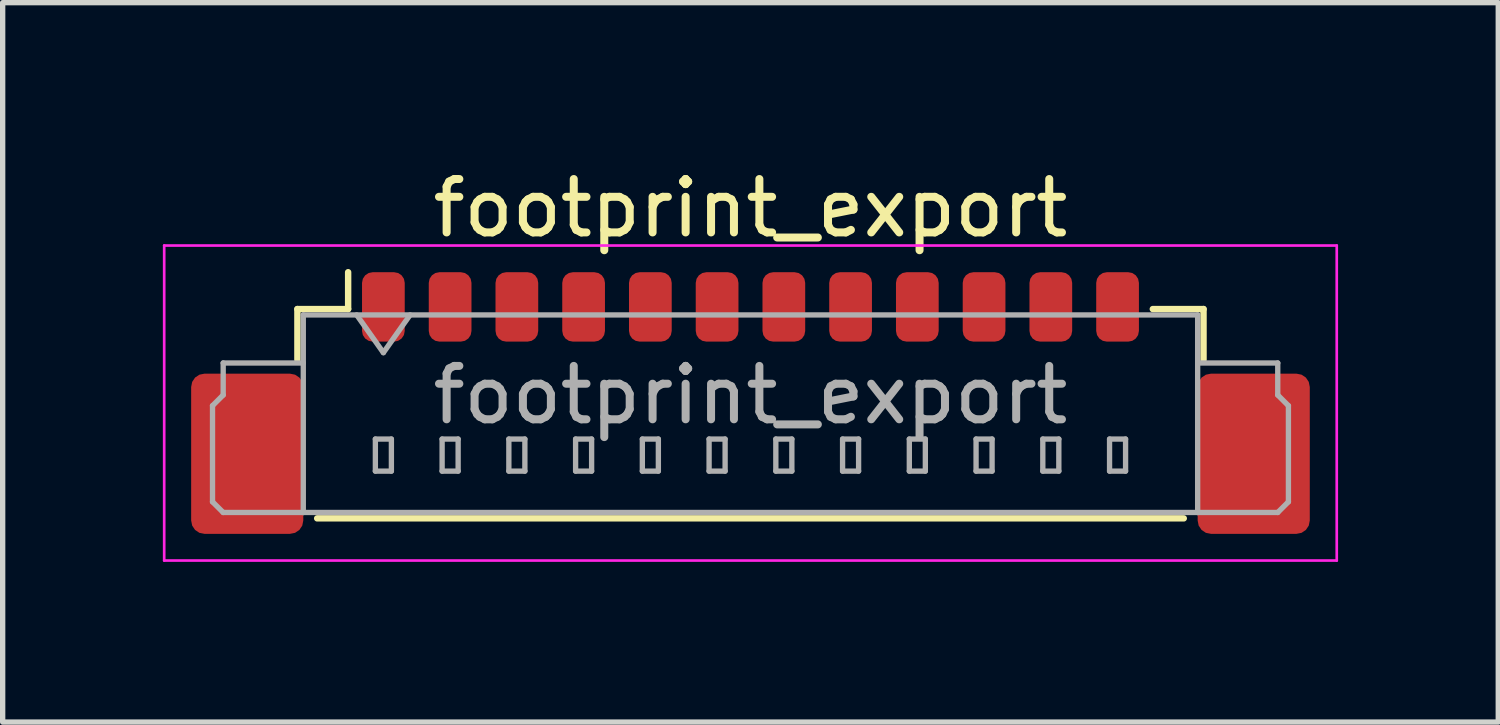
<source format=kicad_pcb>
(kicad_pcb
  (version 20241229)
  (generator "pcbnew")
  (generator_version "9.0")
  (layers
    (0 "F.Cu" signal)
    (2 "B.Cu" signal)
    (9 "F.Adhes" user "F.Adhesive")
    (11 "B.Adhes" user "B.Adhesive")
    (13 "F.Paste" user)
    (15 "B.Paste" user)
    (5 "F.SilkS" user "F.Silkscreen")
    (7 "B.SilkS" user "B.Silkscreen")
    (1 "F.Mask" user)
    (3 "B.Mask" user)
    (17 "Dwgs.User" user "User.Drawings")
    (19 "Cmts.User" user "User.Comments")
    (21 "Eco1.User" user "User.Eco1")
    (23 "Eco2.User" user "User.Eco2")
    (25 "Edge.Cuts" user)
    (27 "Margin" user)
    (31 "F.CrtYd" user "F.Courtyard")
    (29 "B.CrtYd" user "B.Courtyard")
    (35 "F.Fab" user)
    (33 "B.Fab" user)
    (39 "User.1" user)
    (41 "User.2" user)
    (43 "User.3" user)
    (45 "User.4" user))
  (footprint "footprint_export"
    (layer "F.Cu")
    (at 11.005 3.948)
    (property "Reference" "footprint_export" (at 0 -3.1 0) (layer "F.SilkS") (effects (font (size 1 1) (thickness 0.15))))
    (attr smd)
    (fp_line (start -8.485 -1.21) (end -7.535 -1.21) (stroke (width 0.12) (type solid)) (layer "F.SilkS"))
    (fp_line (start -8.485 -0.26) (end -8.485 -1.21) (stroke (width 0.12) (type solid)) (layer "F.SilkS"))
    (fp_line (start -8.115 2.71) (end 8.115 2.71) (stroke (width 0.12) (type solid)) (layer "F.SilkS"))
    (fp_line (start -7.535 -1.21) (end -7.535 -1.9) (stroke (width 0.12) (type solid)) (layer "F.SilkS"))
    (fp_line (start 8.485 -1.21) (end 7.535 -1.21) (stroke (width 0.12) (type solid)) (layer "F.SilkS"))
    (fp_line (start 8.485 -0.26) (end 8.485 -1.21) (stroke (width 0.12) (type solid)) (layer "F.SilkS"))
    (fp_line (start -10.98 -2.4) (end -10.98 3.5) (stroke (width 0.05) (type solid)) (layer "F.CrtYd"))
    (fp_line (start -10.98 3.5) (end 10.98 3.5) (stroke (width 0.05) (type solid)) (layer "F.CrtYd"))
    (fp_line (start 10.98 -2.4) (end -10.98 -2.4) (stroke (width 0.05) (type solid)) (layer "F.CrtYd"))
    (fp_line (start 10.98 3.5) (end 10.98 -2.4) (stroke (width 0.05) (type solid)) (layer "F.CrtYd"))
    (fp_line (start -10.075 0.6) (end -9.875 0.4) (stroke (width 0.1) (type solid)) (layer "F.Fab"))
    (fp_line (start -10.075 2.4) (end -10.075 0.6) (stroke (width 0.1) (type solid)) (layer "F.Fab"))
    (fp_line (start -9.875 -0.2) (end -8.375 -0.2) (stroke (width 0.1) (type solid)) (layer "F.Fab"))
    (fp_line (start -9.875 0.4) (end -9.875 -0.2) (stroke (width 0.1) (type solid)) (layer "F.Fab"))
    (fp_line (start -9.875 2.6) (end -10.075 2.4) (stroke (width 0.1) (type solid)) (layer "F.Fab"))
    (fp_line (start -8.375 -1.1) (end -8.375 2.6) (stroke (width 0.1) (type solid)) (layer "F.Fab"))
    (fp_line (start -8.375 -1.1) (end 8.375 -1.1) (stroke (width 0.1) (type solid)) (layer "F.Fab"))
    (fp_line (start -8.375 2.6) (end -9.875 2.6) (stroke (width 0.1) (type solid)) (layer "F.Fab"))
    (fp_line (start -8.375 2.6) (end 8.375 2.6) (stroke (width 0.1) (type solid)) (layer "F.Fab"))
    (fp_line (start -7.375 -1.1) (end -6.875 -0.393) (stroke (width 0.1) (type solid)) (layer "F.Fab"))
    (fp_line (start -7.025 1.225) (end -7.025 1.825) (stroke (width 0.1) (type solid)) (layer "F.Fab"))
    (fp_line (start -7.025 1.825) (end -6.725 1.825) (stroke (width 0.1) (type solid)) (layer "F.Fab"))
    (fp_line (start -6.875 -0.393) (end -6.375 -1.1) (stroke (width 0.1) (type solid)) (layer "F.Fab"))
    (fp_line (start -6.725 1.225) (end -7.025 1.225) (stroke (width 0.1) (type solid)) (layer "F.Fab"))
    (fp_line (start -6.725 1.825) (end -6.725 1.225) (stroke (width 0.1) (type solid)) (layer "F.Fab"))
    (fp_line (start -5.775 1.225) (end -5.775 1.825) (stroke (width 0.1) (type solid)) (layer "F.Fab"))
    (fp_line (start -5.775 1.825) (end -5.475 1.825) (stroke (width 0.1) (type solid)) (layer "F.Fab"))
    (fp_line (start -5.475 1.225) (end -5.775 1.225) (stroke (width 0.1) (type solid)) (layer "F.Fab"))
    (fp_line (start -5.475 1.825) (end -5.475 1.225) (stroke (width 0.1) (type solid)) (layer "F.Fab"))
    (fp_line (start -4.525 1.225) (end -4.525 1.825) (stroke (width 0.1) (type solid)) (layer "F.Fab"))
    (fp_line (start -4.525 1.825) (end -4.225 1.825) (stroke (width 0.1) (type solid)) (layer "F.Fab"))
    (fp_line (start -4.225 1.225) (end -4.525 1.225) (stroke (width 0.1) (type solid)) (layer "F.Fab"))
    (fp_line (start -4.225 1.825) (end -4.225 1.225) (stroke (width 0.1) (type solid)) (layer "F.Fab"))
    (fp_line (start -3.275 1.225) (end -3.275 1.825) (stroke (width 0.1) (type solid)) (layer "F.Fab"))
    (fp_line (start -3.275 1.825) (end -2.975 1.825) (stroke (width 0.1) (type solid)) (layer "F.Fab"))
    (fp_line (start -2.975 1.225) (end -3.275 1.225) (stroke (width 0.1) (type solid)) (layer "F.Fab"))
    (fp_line (start -2.975 1.825) (end -2.975 1.225) (stroke (width 0.1) (type solid)) (layer "F.Fab"))
    (fp_line (start -2.025 1.225) (end -2.025 1.825) (stroke (width 0.1) (type solid)) (layer "F.Fab"))
    (fp_line (start -2.025 1.825) (end -1.725 1.825) (stroke (width 0.1) (type solid)) (layer "F.Fab"))
    (fp_line (start -1.725 1.225) (end -2.025 1.225) (stroke (width 0.1) (type solid)) (layer "F.Fab"))
    (fp_line (start -1.725 1.825) (end -1.725 1.225) (stroke (width 0.1) (type solid)) (layer "F.Fab"))
    (fp_line (start -0.775 1.225) (end -0.775 1.825) (stroke (width 0.1) (type solid)) (layer "F.Fab"))
    (fp_line (start -0.775 1.825) (end -0.475 1.825) (stroke (width 0.1) (type solid)) (layer "F.Fab"))
    (fp_line (start -0.475 1.225) (end -0.775 1.225) (stroke (width 0.1) (type solid)) (layer "F.Fab"))
    (fp_line (start -0.475 1.825) (end -0.475 1.225) (stroke (width 0.1) (type solid)) (layer "F.Fab"))
    (fp_line (start 0.475 1.225) (end 0.475 1.825) (stroke (width 0.1) (type solid)) (layer "F.Fab"))
    (fp_line (start 0.475 1.825) (end 0.775 1.825) (stroke (width 0.1) (type solid)) (layer "F.Fab"))
    (fp_line (start 0.775 1.225) (end 0.475 1.225) (stroke (width 0.1) (type solid)) (layer "F.Fab"))
    (fp_line (start 0.775 1.825) (end 0.775 1.225) (stroke (width 0.1) (type solid)) (layer "F.Fab"))
    (fp_line (start 1.725 1.225) (end 1.725 1.825) (stroke (width 0.1) (type solid)) (layer "F.Fab"))
    (fp_line (start 1.725 1.825) (end 2.025 1.825) (stroke (width 0.1) (type solid)) (layer "F.Fab"))
    (fp_line (start 2.025 1.225) (end 1.725 1.225) (stroke (width 0.1) (type solid)) (layer "F.Fab"))
    (fp_line (start 2.025 1.825) (end 2.025 1.225) (stroke (width 0.1) (type solid)) (layer "F.Fab"))
    (fp_line (start 2.975 1.225) (end 2.975 1.825) (stroke (width 0.1) (type solid)) (layer "F.Fab"))
    (fp_line (start 2.975 1.825) (end 3.275 1.825) (stroke (width 0.1) (type solid)) (layer "F.Fab"))
    (fp_line (start 3.275 1.225) (end 2.975 1.225) (stroke (width 0.1) (type solid)) (layer "F.Fab"))
    (fp_line (start 3.275 1.825) (end 3.275 1.225) (stroke (width 0.1) (type solid)) (layer "F.Fab"))
    (fp_line (start 4.225 1.225) (end 4.225 1.825) (stroke (width 0.1) (type solid)) (layer "F.Fab"))
    (fp_line (start 4.225 1.825) (end 4.525 1.825) (stroke (width 0.1) (type solid)) (layer "F.Fab"))
    (fp_line (start 4.525 1.225) (end 4.225 1.225) (stroke (width 0.1) (type solid)) (layer "F.Fab"))
    (fp_line (start 4.525 1.825) (end 4.525 1.225) (stroke (width 0.1) (type solid)) (layer "F.Fab"))
    (fp_line (start 5.475 1.225) (end 5.475 1.825) (stroke (width 0.1) (type solid)) (layer "F.Fab"))
    (fp_line (start 5.475 1.825) (end 5.775 1.825) (stroke (width 0.1) (type solid)) (layer "F.Fab"))
    (fp_line (start 5.775 1.225) (end 5.475 1.225) (stroke (width 0.1) (type solid)) (layer "F.Fab"))
    (fp_line (start 5.775 1.825) (end 5.775 1.225) (stroke (width 0.1) (type solid)) (layer "F.Fab"))
    (fp_line (start 6.725 1.225) (end 6.725 1.825) (stroke (width 0.1) (type solid)) (layer "F.Fab"))
    (fp_line (start 6.725 1.825) (end 7.025 1.825) (stroke (width 0.1) (type solid)) (layer "F.Fab"))
    (fp_line (start 7.025 1.225) (end 6.725 1.225) (stroke (width 0.1) (type solid)) (layer "F.Fab"))
    (fp_line (start 7.025 1.825) (end 7.025 1.225) (stroke (width 0.1) (type solid)) (layer "F.Fab"))
    (fp_line (start 8.375 -1.1) (end 8.375 2.6) (stroke (width 0.1) (type solid)) (layer "F.Fab"))
    (fp_line (start 8.375 2.6) (end 9.875 2.6) (stroke (width 0.1) (type solid)) (layer "F.Fab"))
    (fp_line (start 9.875 -0.2) (end 8.375 -0.2) (stroke (width 0.1) (type solid)) (layer "F.Fab"))
    (fp_line (start 9.875 0.4) (end 9.875 -0.2) (stroke (width 0.1) (type solid)) (layer "F.Fab"))
    (fp_line (start 9.875 2.6) (end 10.075 2.4) (stroke (width 0.1) (type solid)) (layer "F.Fab"))
    (fp_line (start 10.075 0.6) (end 9.875 0.4) (stroke (width 0.1) (type solid)) (layer "F.Fab"))
    (fp_line (start 10.075 2.4) (end 10.075 0.6) (stroke (width 0.1) (type solid)) (layer "F.Fab"))
    (fp_text user "${REFERENCE}" (at 0 0.4 0) (layer "F.Fab") (effects (font (size 1 1) (thickness 0.15))))
    (pad "1" smd roundrect (at -6.875 -1.25) (size 0.8 1.3) (layers "F.Cu" "F.Mask" "F.Paste") (roundrect_rratio 0.25))
    (pad "2" smd roundrect (at -5.625 -1.25) (size 0.8 1.3) (layers "F.Cu" "F.Mask" "F.Paste") (roundrect_rratio 0.25))
    (pad "3" smd roundrect (at -4.375 -1.25) (size 0.8 1.3) (layers "F.Cu" "F.Mask" "F.Paste") (roundrect_rratio 0.25))
    (pad "4" smd roundrect (at -3.125 -1.25) (size 0.8 1.3) (layers "F.Cu" "F.Mask" "F.Paste") (roundrect_rratio 0.25))
    (pad "5" smd roundrect (at -1.875 -1.25) (size 0.8 1.3) (layers "F.Cu" "F.Mask" "F.Paste") (roundrect_rratio 0.25))
    (pad "6" smd roundrect (at -0.625 -1.25) (size 0.8 1.3) (layers "F.Cu" "F.Mask" "F.Paste") (roundrect_rratio 0.25))
    (pad "7" smd roundrect (at 0.625 -1.25) (size 0.8 1.3) (layers "F.Cu" "F.Mask" "F.Paste") (roundrect_rratio 0.25))
    (pad "8" smd roundrect (at 1.875 -1.25) (size 0.8 1.3) (layers "F.Cu" "F.Mask" "F.Paste") (roundrect_rratio 0.25))
    (pad "9" smd roundrect (at 3.125 -1.25) (size 0.8 1.3) (layers "F.Cu" "F.Mask" "F.Paste") (roundrect_rratio 0.25))
    (pad "10" smd roundrect (at 4.375 -1.25) (size 0.8 1.3) (layers "F.Cu" "F.Mask" "F.Paste") (roundrect_rratio 0.25))
    (pad "11" smd roundrect (at 5.625 -1.25) (size 0.8 1.3) (layers "F.Cu" "F.Mask" "F.Paste") (roundrect_rratio 0.25))
    (pad "12" smd roundrect (at 6.875 -1.25) (size 0.8 1.3) (layers "F.Cu" "F.Mask" "F.Paste") (roundrect_rratio 0.25))
    (pad "MP" smd roundrect (at -9.425 1.5) (size 2.1 3) (layers "F.Cu" "F.Mask" "F.Paste") (roundrect_rratio 0.119))
    (pad "MP" smd roundrect (at 9.425 1.5) (size 2.1 3) (layers "F.Cu" "F.Mask" "F.Paste") (roundrect_rratio 0.119)))
  (gr_rect
    (start -3 -3)
    (end 25.01 10.473)
    (stroke (width 0.1) (type default))
    (fill no)
    (layer "Edge.Cuts")))
</source>
